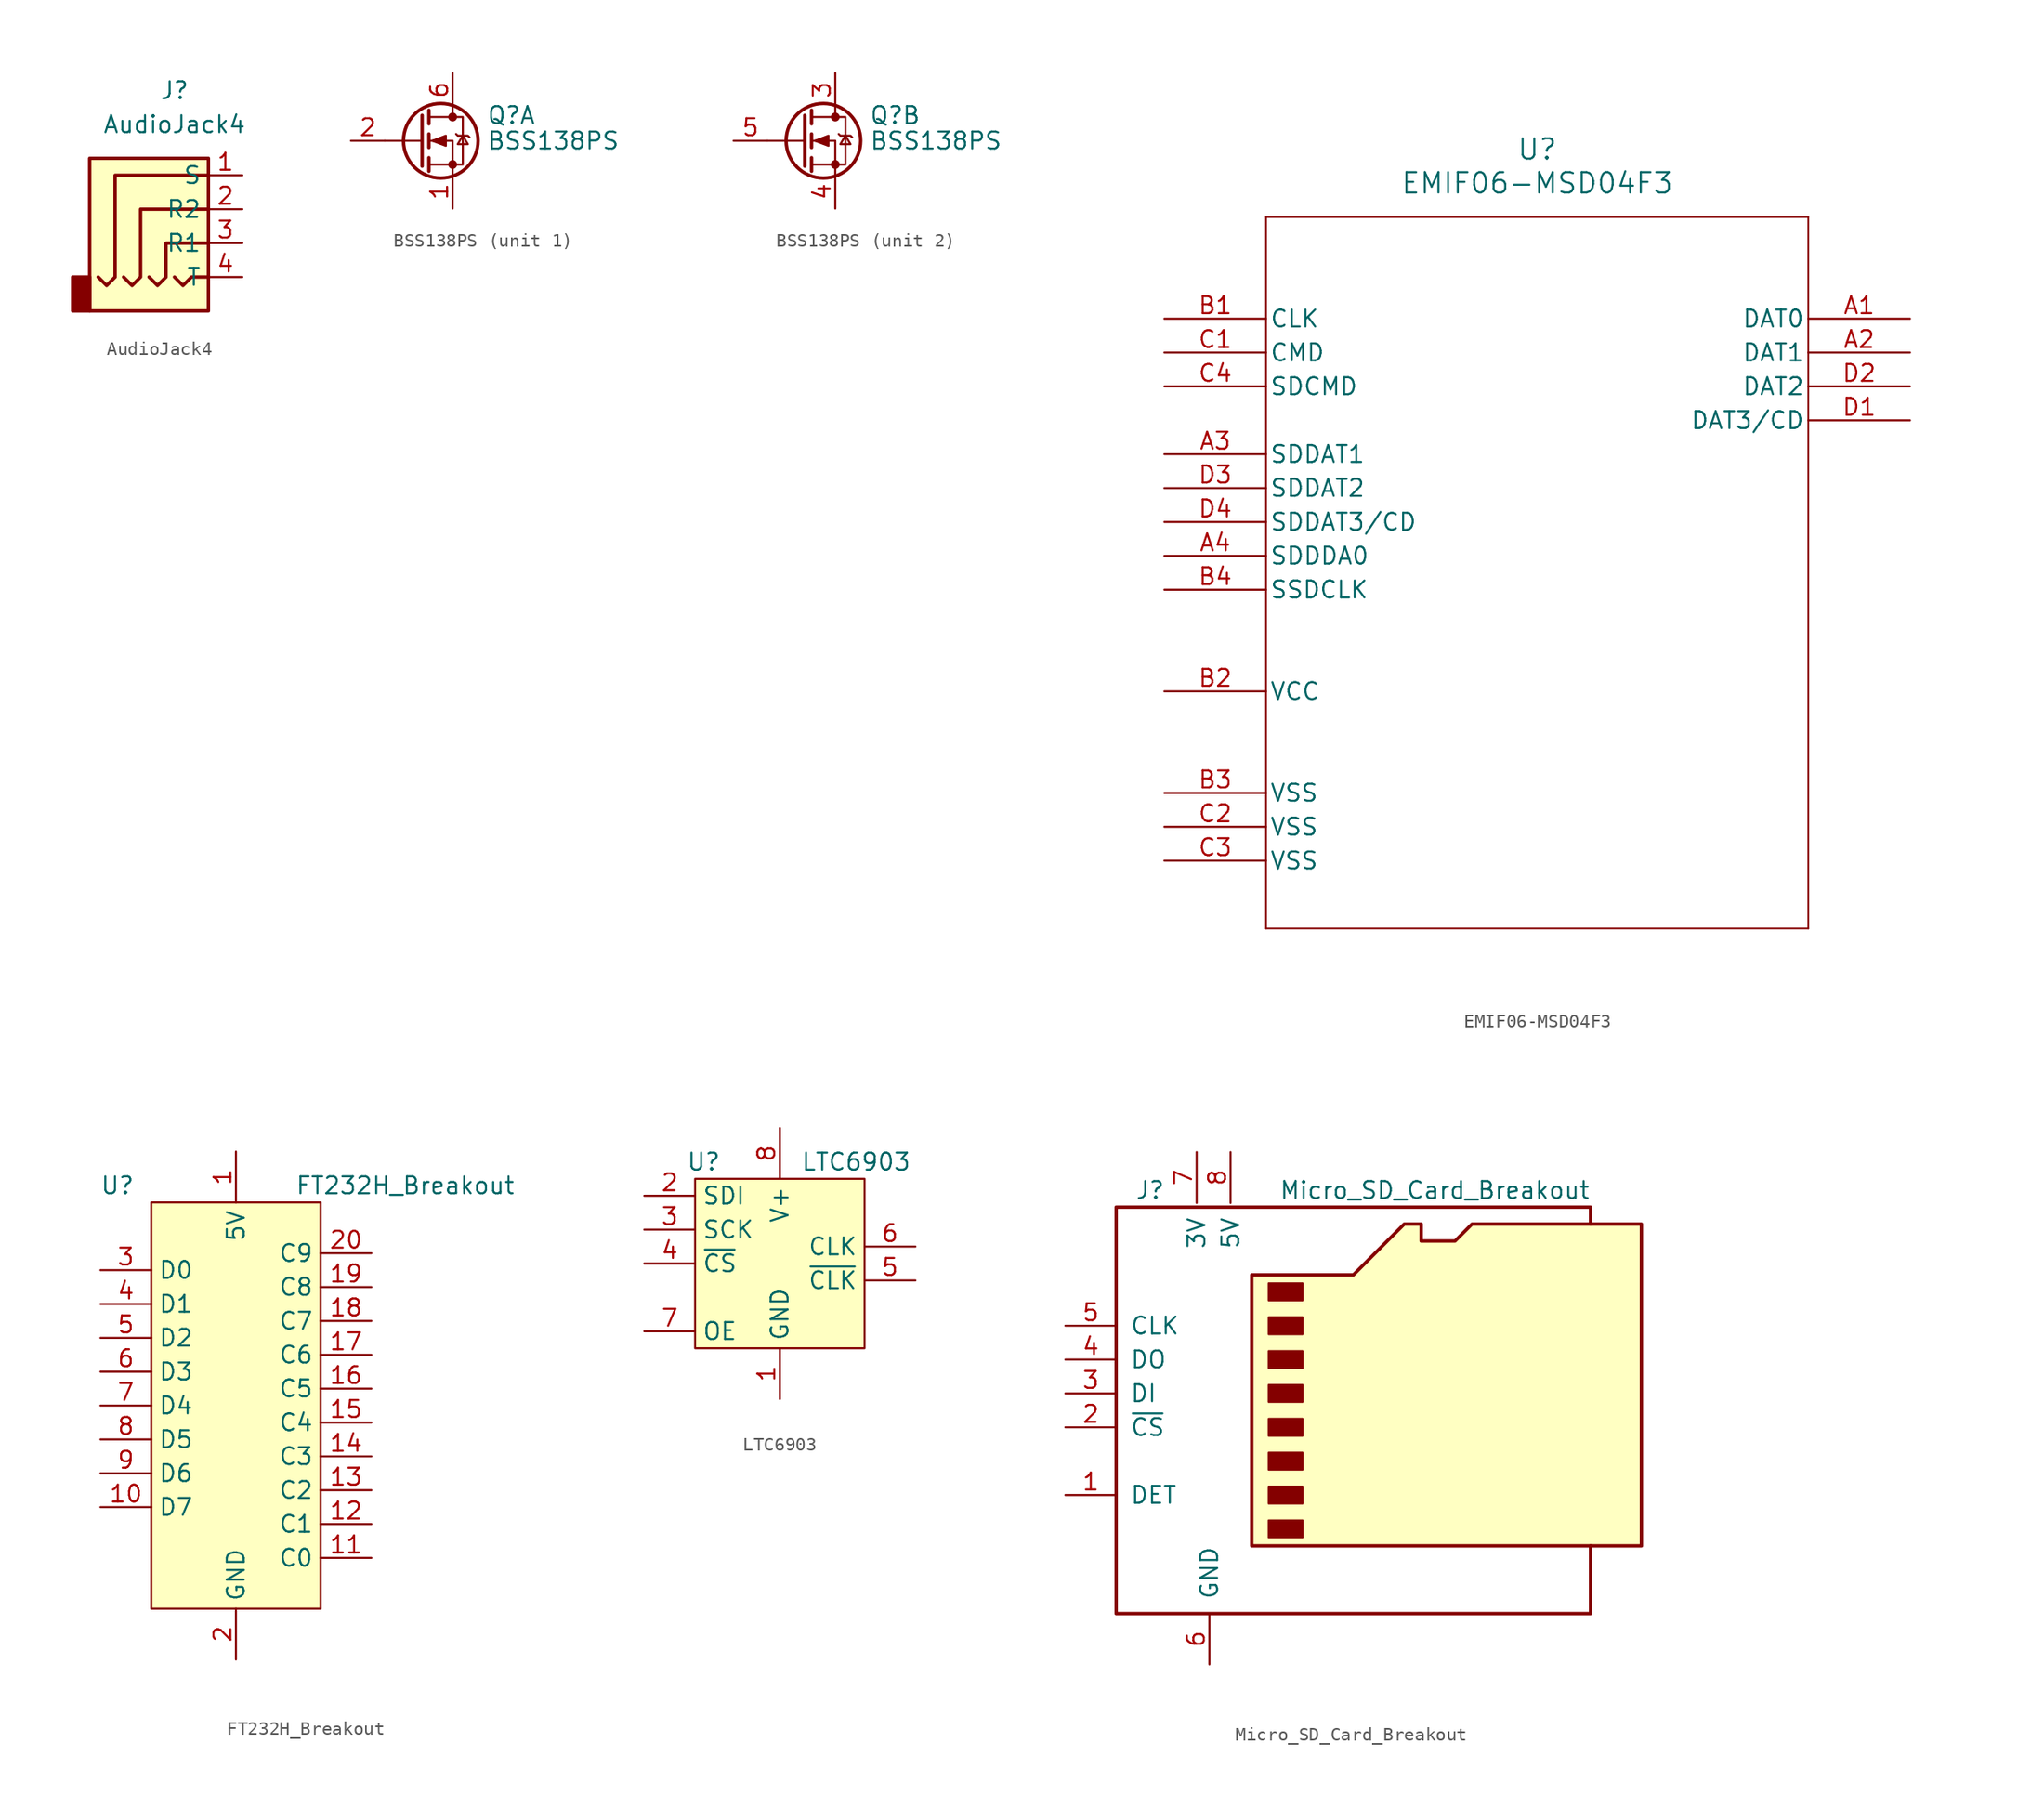
<source format=kicad_sym>
(kicad_symbol_lib
  (version 20220914)
  (generator kicad_symbol_editor)
  (symbol "AudioJack4"
    (property "Reference" "J"
      (at 0 8.89 0)
      (effects (font (size 1.27 1.27))))
    (property "Value" "AudioJack4"
      (at 0 6.35 0)
      (effects (font (size 1.27 1.27))))
    (symbol "AudioJack4_0_1"
      (rectangle (start -6.35 -5.08) (end -7.62 -7.62) (stroke (width 0.254) (type default)) (fill (type outline)))
      (polyline (pts (xy 0 -5.08) (xy 0.635 -5.715) (xy 1.27 -5.08) (xy 2.54 -5.08)) (stroke (width 0.254) (type default)) (fill (type none)))
      (polyline (pts (xy -5.715 -5.08) (xy -5.08 -5.715) (xy -4.445 -5.08) (xy -4.445 2.54) (xy 2.54 2.54)) (stroke (width 0.254) (type default)) (fill (type none)))
      (polyline (pts (xy -1.905 -5.08) (xy -1.27 -5.715) (xy -0.635 -5.08) (xy -0.635 -2.54) (xy 2.54 -2.54)) (stroke (width 0.254) (type default)) (fill (type none)))
      (polyline (pts (xy 2.54 0) (xy -2.54 0) (xy -2.54 -5.08) (xy -3.175 -5.715) (xy -3.81 -5.08)) (stroke (width 0.254) (type default)) (fill (type none)))
      (rectangle (start 2.54 3.81) (end -6.35 -7.62) (stroke (width 0.254) (type default)) (fill (type background))))
    (symbol "AudioJack4_1_1"
      (pin passive line (at 5.08 2.54 180) (length 2.54) (name "S" (effects (font (size 1.27 1.27)))) (number "1" (effects (font (size 1.27 1.27)))))
      (pin passive line (at 5.08 0 180) (length 2.54) (name "R2" (effects (font (size 1.27 1.27)))) (number "2" (effects (font (size 1.27 1.27)))))
      (pin passive line (at 5.08 -2.54 180) (length 2.54) (name "R1" (effects (font (size 1.27 1.27)))) (number "3" (effects (font (size 1.27 1.27)))))
      (pin passive line (at 5.08 -5.08 180) (length 2.54) (name "T" (effects (font (size 1.27 1.27)))) (number "4" (effects (font (size 1.27 1.27)))))))
  (symbol "BSS138PS"
    (pin_names hide)
    (property "Reference" "Q"
      (at 5.08 1.905 0)
      (effects (font (size 1.27 1.27)) (justify left)))
    (property "Value" "BSS138PS"
      (at 5.08 0 0)
      (effects (font (size 1.27 1.27)) (justify left)))
    (symbol "BSS138PS_0_1"
      (polyline (pts (xy 0.254 0) (xy -2.54 0)) (stroke (width 0) (type default)) (fill (type none)))
      (polyline (pts (xy 0.254 1.905) (xy 0.254 -1.905)) (stroke (width 0.254) (type default)) (fill (type none)))
      (polyline (pts (xy 0.762 -1.27) (xy 0.762 -2.286)) (stroke (width 0.254) (type default)) (fill (type none)))
      (polyline (pts (xy 0.762 0.508) (xy 0.762 -0.508)) (stroke (width 0.254) (type default)) (fill (type none)))
      (polyline (pts (xy 0.762 2.286) (xy 0.762 1.27)) (stroke (width 0.254) (type default)) (fill (type none)))
      (polyline (pts (xy 2.54 2.54) (xy 2.54 1.778)) (stroke (width 0) (type default)) (fill (type none)))
      (polyline (pts (xy 2.54 -2.54) (xy 2.54 0) (xy 0.762 0)) (stroke (width 0) (type default)) (fill (type none)))
      (polyline (pts (xy 0.762 -1.778) (xy 3.302 -1.778) (xy 3.302 1.778) (xy 0.762 1.778)) (stroke (width 0) (type default)) (fill (type none)))
      (polyline (pts (xy 1.016 0) (xy 2.032 0.381) (xy 2.032 -0.381) (xy 1.016 0)) (stroke (width 0) (type default)) (fill (type outline)))
      (polyline (pts (xy 2.794 0.508) (xy 2.921 0.381) (xy 3.683 0.381) (xy 3.81 0.254)) (stroke (width 0) (type default)) (fill (type none)))
      (polyline (pts (xy 3.302 0.381) (xy 2.921 -0.254) (xy 3.683 -0.254) (xy 3.302 0.381)) (stroke (width 0) (type default)) (fill (type none)))
      (circle (center 1.651 0) (radius 2.794) (stroke (width 0.254) (type default)) (fill (type none)))
      (circle (center 2.54 -1.778) (radius 0.254) (stroke (width 0) (type default)) (fill (type outline)))
      (circle (center 2.54 1.778) (radius 0.254) (stroke (width 0) (type default)) (fill (type outline))))
    (symbol "BSS138PS_1_1"
      (pin passive line (at 2.54 -5.08 90) (length 2.54) (name "S1" (effects (font (size 1.27 1.27)))) (number "1" (effects (font (size 1.27 1.27)))))
      (pin input line (at -5.08 0 0) (length 2.54) (name "G1" (effects (font (size 1.27 1.27)))) (number "2" (effects (font (size 1.27 1.27)))))
      (pin passive line (at 2.54 5.08 270) (length 2.54) (name "D1" (effects (font (size 1.27 1.27)))) (number "6" (effects (font (size 1.27 1.27))))))
    (symbol "BSS138PS_2_1"
      (pin passive line (at 2.54 5.08 270) (length 2.54) (name "D2" (effects (font (size 1.27 1.27)))) (number "3" (effects (font (size 1.27 1.27)))))
      (pin passive line (at 2.54 -5.08 90) (length 2.54) (name "S2" (effects (font (size 1.27 1.27)))) (number "4" (effects (font (size 1.27 1.27)))))
      (pin input line (at -5.08 0 0) (length 2.54) (name "G2" (effects (font (size 1.27 1.27)))) (number "5" (effects (font (size 1.27 1.27)))))))
  (symbol "EMIF06-MSD04F3"
    (pin_names
      (offset 0.254))
    (property "Reference" "U"
      (at 27.94 12.7 0)
      (effects (font (size 1.524 1.524))))
    (property "Value" "EMIF06-MSD04F3"
      (at 27.94 10.16 0)
      (effects (font (size 1.524 1.524))))
    (property "ki_locked" ""
      (at 0 0 0)
      (effects (font (size 1.27 1.27))))
    (symbol "EMIF06-MSD04F3_0_1"
      (polyline (pts (xy 7.62 -45.72) (xy 48.26 -45.72)) (stroke (width 0.127) (type default)) (fill (type none)))
      (polyline (pts (xy 7.62 7.62) (xy 7.62 -45.72)) (stroke (width 0.127) (type default)) (fill (type none)))
      (polyline (pts (xy 48.26 -45.72) (xy 48.26 7.62)) (stroke (width 0.127) (type default)) (fill (type none)))
      (polyline (pts (xy 48.26 7.62) (xy 7.62 7.62)) (stroke (width 0.127) (type default)) (fill (type none)))
      (pin bidirectional line (at 55.88 0 180) (length 7.62) (name "DAT0" (effects (font (size 1.27 1.27)))) (number "A1" (effects (font (size 1.27 1.27)))))
      (pin bidirectional line (at 55.88 -2.54 180) (length 7.62) (name "DAT1" (effects (font (size 1.27 1.27)))) (number "A2" (effects (font (size 1.27 1.27)))))
      (pin bidirectional line (at 0 -10.16 0) (length 7.62) (name "SDDAT1" (effects (font (size 1.27 1.27)))) (number "A3" (effects (font (size 1.27 1.27)))))
      (pin unspecified line (at 0 -17.78 0) (length 7.62) (name "SDDDA0" (effects (font (size 1.27 1.27)))) (number "A4" (effects (font (size 1.27 1.27)))))
      (pin unspecified line (at 0 0 0) (length 7.62) (name "CLK" (effects (font (size 1.27 1.27)))) (number "B1" (effects (font (size 1.27 1.27)))))
      (pin power_in line (at 0 -27.94 0) (length 7.62) (name "VCC" (effects (font (size 1.27 1.27)))) (number "B2" (effects (font (size 1.27 1.27)))))
      (pin power_out line (at 0 -35.56 0) (length 7.62) (name "VSS" (effects (font (size 1.27 1.27)))) (number "B3" (effects (font (size 1.27 1.27)))))
      (pin unspecified line (at 0 -20.32 0) (length 7.62) (name "SSDCLK" (effects (font (size 1.27 1.27)))) (number "B4" (effects (font (size 1.27 1.27)))))
      (pin unspecified line (at 0 -2.54 0) (length 7.62) (name "CMD" (effects (font (size 1.27 1.27)))) (number "C1" (effects (font (size 1.27 1.27)))))
      (pin power_out line (at 0 -38.1 0) (length 7.62) (name "VSS" (effects (font (size 1.27 1.27)))) (number "C2" (effects (font (size 1.27 1.27)))))
      (pin power_out line (at 0 -40.64 0) (length 7.62) (name "VSS" (effects (font (size 1.27 1.27)))) (number "C3" (effects (font (size 1.27 1.27)))))
      (pin unspecified line (at 0 -5.08 0) (length 7.62) (name "SDCMD" (effects (font (size 1.27 1.27)))) (number "C4" (effects (font (size 1.27 1.27)))))
      (pin bidirectional line (at 55.88 -7.62 180) (length 7.62) (name "DAT3/CD" (effects (font (size 1.27 1.27)))) (number "D1" (effects (font (size 1.27 1.27)))))
      (pin bidirectional line (at 55.88 -5.08 180) (length 7.62) (name "DAT2" (effects (font (size 1.27 1.27)))) (number "D2" (effects (font (size 1.27 1.27)))))
      (pin bidirectional line (at 0 -12.7 0) (length 7.62) (name "SDDAT2" (effects (font (size 1.27 1.27)))) (number "D3" (effects (font (size 1.27 1.27)))))
      (pin bidirectional line (at 0 -15.24 0) (length 7.62) (name "SDDAT3/CD" (effects (font (size 1.27 1.27)))) (number "D4" (effects (font (size 1.27 1.27)))))))
  (symbol "FT232H_Breakout"
    (property "Reference" "U"
      (at -8.89 15.24 0)
      (effects (font (size 1.27 1.27))))
    (property "Value" "FT232H_Breakout"
      (at 12.7 15.24 0)
      (effects (font (size 1.27 1.27))))
    (symbol "FT232H_Breakout_0_1"
      (rectangle (start -6.35 13.97) (end 6.35 -16.51) (stroke (width 0) (type default)) (fill (type background))))
    (symbol "FT232H_Breakout_1_1"
      (pin power_in line (at 0 17.78 270) (length 3.81) (name "5V" (effects (font (size 1.27 1.27)))) (number "1" (effects (font (size 1.27 1.27)))))
      (pin bidirectional line (at -10.16 -8.89 0) (length 3.81) (name "D7" (effects (font (size 1.27 1.27)))) (number "10" (effects (font (size 1.27 1.27)))))
      (pin bidirectional line (at 10.16 -12.7 180) (length 3.81) (name "C0" (effects (font (size 1.27 1.27)))) (number "11" (effects (font (size 1.27 1.27)))))
      (pin bidirectional line (at 10.16 -10.16 180) (length 3.81) (name "C1" (effects (font (size 1.27 1.27)))) (number "12" (effects (font (size 1.27 1.27)))))
      (pin bidirectional line (at 10.16 -7.62 180) (length 3.81) (name "C2" (effects (font (size 1.27 1.27)))) (number "13" (effects (font (size 1.27 1.27)))))
      (pin bidirectional line (at 10.16 -5.08 180) (length 3.81) (name "C3" (effects (font (size 1.27 1.27)))) (number "14" (effects (font (size 1.27 1.27)))))
      (pin bidirectional line (at 10.16 -2.54 180) (length 3.81) (name "C4" (effects (font (size 1.27 1.27)))) (number "15" (effects (font (size 1.27 1.27)))))
      (pin bidirectional line (at 10.16 0 180) (length 3.81) (name "C5" (effects (font (size 1.27 1.27)))) (number "16" (effects (font (size 1.27 1.27)))))
      (pin bidirectional line (at 10.16 2.54 180) (length 3.81) (name "C6" (effects (font (size 1.27 1.27)))) (number "17" (effects (font (size 1.27 1.27)))))
      (pin bidirectional line (at 10.16 5.08 180) (length 3.81) (name "C7" (effects (font (size 1.27 1.27)))) (number "18" (effects (font (size 1.27 1.27)))))
      (pin bidirectional line (at 10.16 7.62 180) (length 3.81) (name "C8" (effects (font (size 1.27 1.27)))) (number "19" (effects (font (size 1.27 1.27)))))
      (pin power_in line (at 0 -20.32 90) (length 3.81) (name "GND" (effects (font (size 1.27 1.27)))) (number "2" (effects (font (size 1.27 1.27)))))
      (pin bidirectional line (at 10.16 10.16 180) (length 3.81) (name "C9" (effects (font (size 1.27 1.27)))) (number "20" (effects (font (size 1.27 1.27)))))
      (pin bidirectional line (at -10.16 8.89 0) (length 3.81) (name "D0" (effects (font (size 1.27 1.27)))) (number "3" (effects (font (size 1.27 1.27)))))
      (pin bidirectional line (at -10.16 6.35 0) (length 3.81) (name "D1" (effects (font (size 1.27 1.27)))) (number "4" (effects (font (size 1.27 1.27)))))
      (pin bidirectional line (at -10.16 3.81 0) (length 3.81) (name "D2" (effects (font (size 1.27 1.27)))) (number "5" (effects (font (size 1.27 1.27)))))
      (pin bidirectional line (at -10.16 1.27 0) (length 3.81) (name "D3" (effects (font (size 1.27 1.27)))) (number "6" (effects (font (size 1.27 1.27)))))
      (pin bidirectional line (at -10.16 -1.27 0) (length 3.81) (name "D4" (effects (font (size 1.27 1.27)))) (number "7" (effects (font (size 1.27 1.27)))))
      (pin bidirectional line (at -10.16 -3.81 0) (length 3.81) (name "D5" (effects (font (size 1.27 1.27)))) (number "8" (effects (font (size 1.27 1.27)))))
      (pin bidirectional line (at -10.16 -6.35 0) (length 3.81) (name "D6" (effects (font (size 1.27 1.27)))) (number "9" (effects (font (size 1.27 1.27)))))))
  (symbol "LTC6903"
    (property "Reference" "U"
      (at -5.715 7.62 0)
      (effects (font (size 1.27 1.27))))
    (property "Value" "LTC6903"
      (at 5.715 7.62 0)
      (effects (font (size 1.27 1.27))))
    (symbol "LTC6903_0_1"
      (rectangle (start -6.35 6.35) (end 6.35 -6.35) (stroke (width 0) (type default)) (fill (type background))))
    (symbol "LTC6903_1_1"
      (pin power_in line (at 0 -10.16 90) (length 3.81) (name "GND" (effects (font (size 1.27 1.27)))) (number "1" (effects (font (size 1.27 1.27)))))
      (pin input line (at -10.16 5.08 0) (length 3.81) (name "SDI" (effects (font (size 1.27 1.27)))) (number "2" (effects (font (size 1.27 1.27)))))
      (pin input line (at -10.16 2.54 0) (length 3.81) (name "SCK" (effects (font (size 1.27 1.27)))) (number "3" (effects (font (size 1.27 1.27)))))
      (pin input line (at -10.16 0 0) (length 3.81) (name "~{CS}" (effects (font (size 1.27 1.27)))) (number "4" (effects (font (size 1.27 1.27)))))
      (pin output line (at 10.16 -1.27 180) (length 3.81) (name "~{CLK}" (effects (font (size 1.27 1.27)))) (number "5" (effects (font (size 1.27 1.27)))))
      (pin output line (at 10.16 1.27 180) (length 3.81) (name "CLK" (effects (font (size 1.27 1.27)))) (number "6" (effects (font (size 1.27 1.27)))))
      (pin input line (at -10.16 -5.08 0) (length 3.81) (name "OE" (effects (font (size 1.27 1.27)))) (number "7" (effects (font (size 1.27 1.27)))))
      (pin power_in line (at 0 10.16 270) (length 3.81) (name "V+" (effects (font (size 1.27 1.27)))) (number "8" (effects (font (size 1.27 1.27)))))))
  (symbol "Micro_SD_Card_Breakout"
    (pin_names
      (offset 1.016))
    (property "Reference" "J"
      (at -16.51 15.24 0)
      (effects (font (size 1.27 1.27))))
    (property "Value" "Micro_SD_Card_Breakout"
      (at 16.51 15.24 0)
      (effects (font (size 1.27 1.27)) (justify right)))
    (symbol "Micro_SD_Card_Breakout_0_1"
      (rectangle (start -7.62 -9.525) (end -5.08 -10.795) (stroke (width 0) (type default)) (fill (type outline)))
      (rectangle (start -7.62 -6.985) (end -5.08 -8.255) (stroke (width 0) (type default)) (fill (type outline)))
      (rectangle (start -7.62 -4.445) (end -5.08 -5.715) (stroke (width 0) (type default)) (fill (type outline)))
      (rectangle (start -7.62 -1.905) (end -5.08 -3.175) (stroke (width 0) (type default)) (fill (type outline)))
      (rectangle (start -7.62 0.635) (end -5.08 -0.635) (stroke (width 0) (type default)) (fill (type outline)))
      (rectangle (start -7.62 3.175) (end -5.08 1.905) (stroke (width 0) (type default)) (fill (type outline)))
      (rectangle (start -7.62 5.715) (end -5.08 4.445) (stroke (width 0) (type default)) (fill (type outline)))
      (rectangle (start -7.62 8.255) (end -5.08 6.985) (stroke (width 0) (type default)) (fill (type outline)))
      (polyline (pts (xy 16.51 12.7) (xy 16.51 13.97) (xy -19.05 13.97) (xy -19.05 -16.51) (xy 16.51 -16.51) (xy 16.51 -11.43)) (stroke (width 0.254) (type default)) (fill (type none)))
      (polyline (pts (xy -8.89 -11.43) (xy -8.89 8.89) (xy -1.27 8.89) (xy 2.54 12.7) (xy 3.81 12.7) (xy 3.81 11.43) (xy 6.35 11.43) (xy 7.62 12.7) (xy 20.32 12.7) (xy 20.32 -11.43) (xy -8.89 -11.43)) (stroke (width 0.254) (type default)) (fill (type background))))
    (symbol "Micro_SD_Card_Breakout_1_1"
      (pin passive line (at -22.86 -7.62 0) (length 3.81) (name "DET" (effects (font (size 1.27 1.27)))) (number "1" (effects (font (size 1.27 1.27)))))
      (pin input line (at -22.86 -2.54 0) (length 3.81) (name "~{CS}" (effects (font (size 1.27 1.27)))) (number "2" (effects (font (size 1.27 1.27)))))
      (pin input line (at -22.86 0 0) (length 3.81) (name "DI" (effects (font (size 1.27 1.27)))) (number "3" (effects (font (size 1.27 1.27)))))
      (pin output line (at -22.86 2.54 0) (length 3.81) (name "DO" (effects (font (size 1.27 1.27)))) (number "4" (effects (font (size 1.27 1.27)))))
      (pin input line (at -22.86 5.08 0) (length 3.81) (name "CLK" (effects (font (size 1.27 1.27)))) (number "5" (effects (font (size 1.27 1.27)))))
      (pin power_in line (at -12.065 -20.32 90) (length 3.81) (name "GND" (effects (font (size 1.27 1.27)))) (number "6" (effects (font (size 1.27 1.27)))))
      (pin power_in line (at -13.018 18.098 270) (length 3.81) (name "3V" (effects (font (size 1.27 1.27)))) (number "7" (effects (font (size 1.27 1.27)))))
      (pin power_in line (at -10.477 18.098 270) (length 3.81) (name "5V" (effects (font (size 1.27 1.27)))) (number "8" (effects (font (size 1.27 1.27))))))))
</source>
